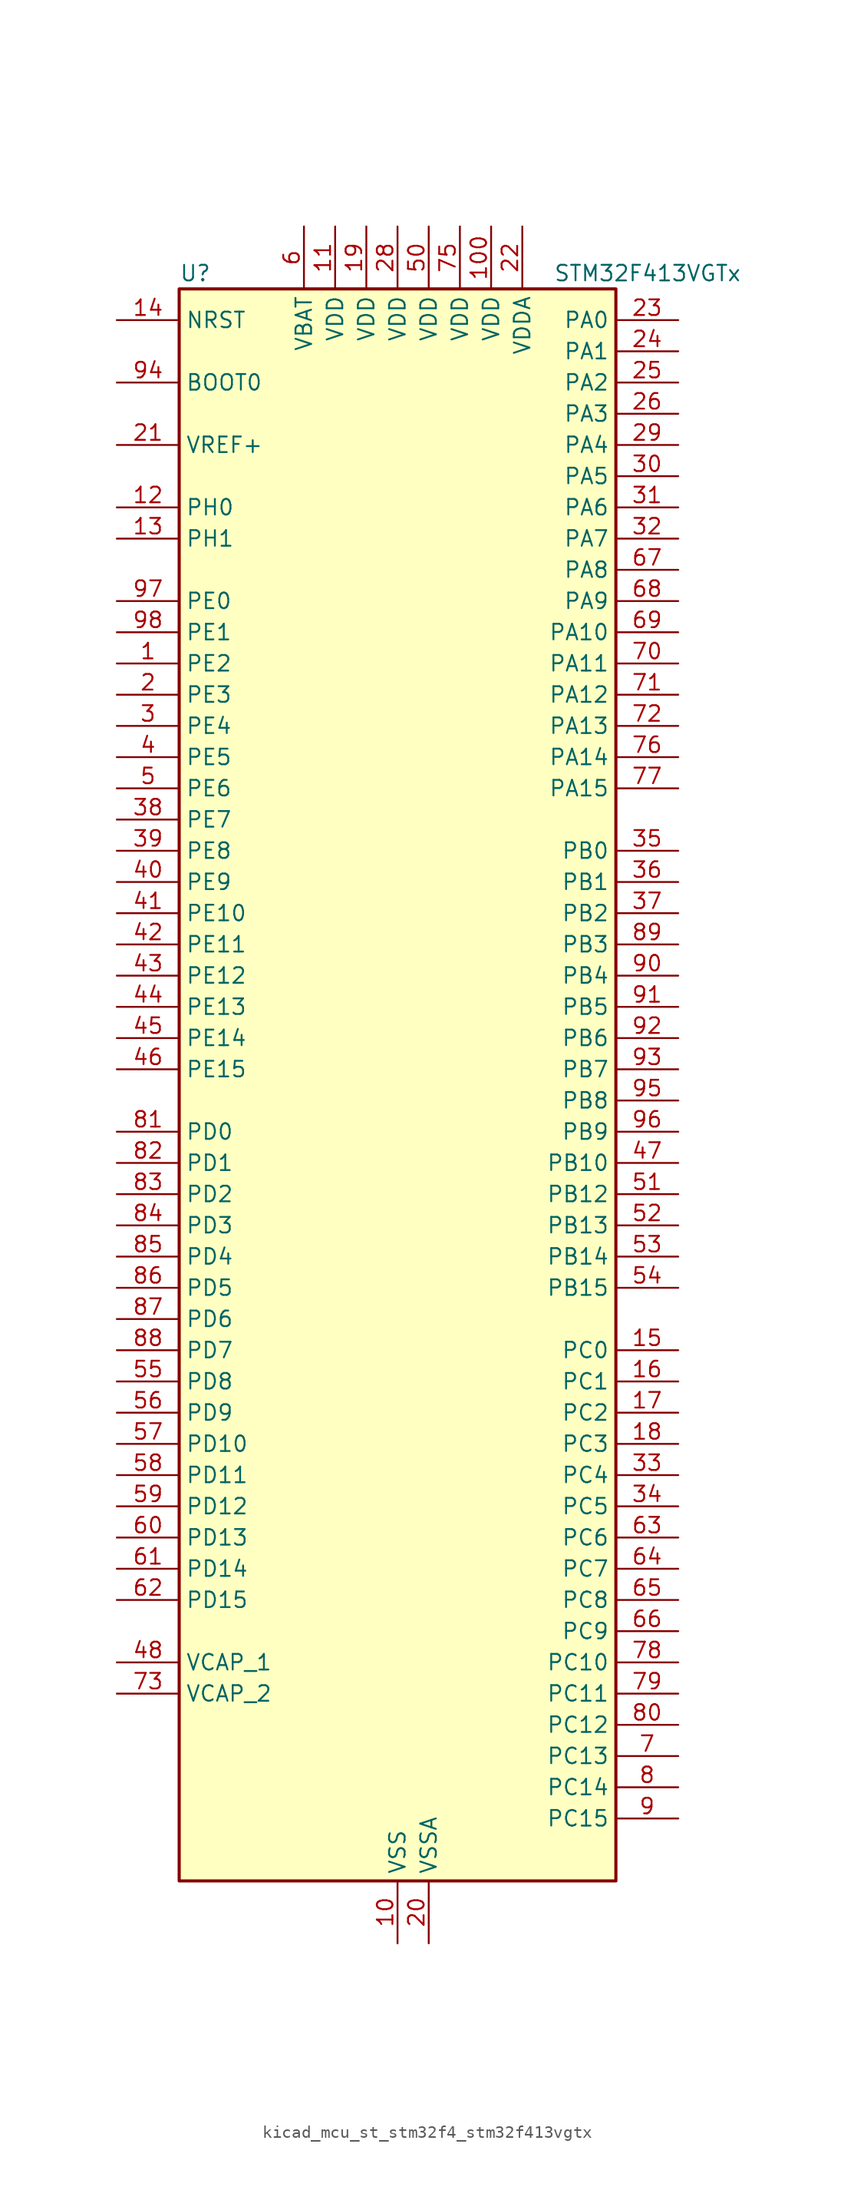
<source format=kicad_sym>
(kicad_symbol_lib
  (version 20220914)
  (generator kicad_symbol_editor)
  (symbol "kicad_mcu_st_stm32f4_stm32f413vgtx"
    (property "Reference" "U"
      (at -17.78 67.31 0)
      (effects (font (size 1.27 1.27)) (justify left)))
    (property "Value" "STM32F413VGTx"
      (at 12.7 67.31 0)
      (effects (font (size 1.27 1.27)) (justify left)))
    (property "ki_locked" ""
      (at 0 0 0)
      (effects (font (size 1.27 1.27))))
    (symbol "kicad_mcu_st_stm32f4_stm32f413vgtx_0_1"
      (rectangle (start -17.78 -63.5) (end 17.78 66.04) (stroke (width 0.254) (type default)) (fill (type background))))
    (symbol "kicad_mcu_st_stm32f4_stm32f413vgtx_1_1"
      (pin bidirectional line (at -22.86 35.56 0) (length 5.08) (name "PE2" (effects (font (size 1.27 1.27)))) (number "1" (effects (font (size 1.27 1.27)))) (alternate "FSMC_A23" bidirectional line) (alternate "I2S4_CK" bidirectional line) (alternate "I2S5_CK" bidirectional line) (alternate "QUADSPI_BK1_IO2" bidirectional line) (alternate "SAI1_MCLK_A" bidirectional line) (alternate "SPI4_SCK" bidirectional line) (alternate "SPI5_SCK" bidirectional line) (alternate "SYS_TRACECLK" bidirectional line) (alternate "UART10_RX" bidirectional line))
      (pin power_in line (at 0 -68.58 90) (length 5.08) (name "VSS" (effects (font (size 1.27 1.27)))) (number "10" (effects (font (size 1.27 1.27)))))
      (pin power_in line (at 7.62 71.12 270) (length 5.08) (name "VDD" (effects (font (size 1.27 1.27)))) (number "100" (effects (font (size 1.27 1.27)))))
      (pin power_in line (at -5.08 71.12 270) (length 5.08) (name "VDD" (effects (font (size 1.27 1.27)))) (number "11" (effects (font (size 1.27 1.27)))))
      (pin bidirectional line (at -22.86 48.26 0) (length 5.08) (name "PH0" (effects (font (size 1.27 1.27)))) (number "12" (effects (font (size 1.27 1.27)))) (alternate "RCC_OSC_IN" bidirectional line))
      (pin bidirectional line (at -22.86 45.72 0) (length 5.08) (name "PH1" (effects (font (size 1.27 1.27)))) (number "13" (effects (font (size 1.27 1.27)))) (alternate "RCC_OSC_OUT" bidirectional line))
      (pin input line (at -22.86 63.5 0) (length 5.08) (name "NRST" (effects (font (size 1.27 1.27)))) (number "14" (effects (font (size 1.27 1.27)))))
      (pin bidirectional line (at 22.86 -20.32 180) (length 5.08) (name "PC0" (effects (font (size 1.27 1.27)))) (number "15" (effects (font (size 1.27 1.27)))) (alternate "ADC1_IN10" bidirectional line) (alternate "DFSDM2_CKIN4" bidirectional line) (alternate "LPTIM1_IN1" bidirectional line) (alternate "SAI1_MCLK_B" bidirectional line) (alternate "SYS_WKUP2" bidirectional line))
      (pin bidirectional line (at 22.86 -22.86 180) (length 5.08) (name "PC1" (effects (font (size 1.27 1.27)))) (number "16" (effects (font (size 1.27 1.27)))) (alternate "ADC1_IN11" bidirectional line) (alternate "DFSDM2_DATIN4" bidirectional line) (alternate "LPTIM1_OUT" bidirectional line) (alternate "SAI1_SD_B" bidirectional line) (alternate "SYS_WKUP3" bidirectional line))
      (pin bidirectional line (at 22.86 -25.4 180) (length 5.08) (name "PC2" (effects (font (size 1.27 1.27)))) (number "17" (effects (font (size 1.27 1.27)))) (alternate "ADC1_IN12" bidirectional line) (alternate "DFSDM1_CKOUT" bidirectional line) (alternate "DFSDM2_DATIN7" bidirectional line) (alternate "FSMC_NWE" bidirectional line) (alternate "I2S2_ext_SD" bidirectional line) (alternate "LPTIM1_IN2" bidirectional line) (alternate "SAI1_SCK_B" bidirectional line) (alternate "SPI2_MISO" bidirectional line))
      (pin bidirectional line (at 22.86 -27.94 180) (length 5.08) (name "PC3" (effects (font (size 1.27 1.27)))) (number "18" (effects (font (size 1.27 1.27)))) (alternate "ADC1_IN13" bidirectional line) (alternate "DFSDM2_CKIN7" bidirectional line) (alternate "FSMC_A0" bidirectional line) (alternate "I2S2_SD" bidirectional line) (alternate "LPTIM1_ETR" bidirectional line) (alternate "SAI1_FS_B" bidirectional line) (alternate "SPI2_MOSI" bidirectional line))
      (pin power_in line (at -2.54 71.12 270) (length 5.08) (name "VDD" (effects (font (size 1.27 1.27)))) (number "19" (effects (font (size 1.27 1.27)))))
      (pin bidirectional line (at -22.86 33.02 0) (length 5.08) (name "PE3" (effects (font (size 1.27 1.27)))) (number "2" (effects (font (size 1.27 1.27)))) (alternate "FSMC_A19" bidirectional line) (alternate "SAI1_SD_B" bidirectional line) (alternate "SYS_TRACED0" bidirectional line) (alternate "UART10_TX" bidirectional line))
      (pin power_in line (at 2.54 -68.58 90) (length 5.08) (name "VSSA" (effects (font (size 1.27 1.27)))) (number "20" (effects (font (size 1.27 1.27)))))
      (pin input line (at -22.86 53.34 0) (length 5.08) (name "VREF+" (effects (font (size 1.27 1.27)))) (number "21" (effects (font (size 1.27 1.27)))))
      (pin power_in line (at 10.16 71.12 270) (length 5.08) (name "VDDA" (effects (font (size 1.27 1.27)))) (number "22" (effects (font (size 1.27 1.27)))))
      (pin bidirectional line (at 22.86 63.5 180) (length 5.08) (name "PA0" (effects (font (size 1.27 1.27)))) (number "23" (effects (font (size 1.27 1.27)))) (alternate "ADC1_IN0" bidirectional line) (alternate "SYS_WKUP1" bidirectional line) (alternate "TIM2_CH1" bidirectional line) (alternate "TIM2_ETR" bidirectional line) (alternate "TIM5_CH1" bidirectional line) (alternate "TIM8_ETR" bidirectional line) (alternate "UART4_TX" bidirectional line) (alternate "USART2_CTS" bidirectional line))
      (pin bidirectional line (at 22.86 60.96 180) (length 5.08) (name "PA1" (effects (font (size 1.27 1.27)))) (number "24" (effects (font (size 1.27 1.27)))) (alternate "ADC1_IN1" bidirectional line) (alternate "I2S4_SD" bidirectional line) (alternate "QUADSPI_BK1_IO3" bidirectional line) (alternate "SPI4_MOSI" bidirectional line) (alternate "TIM2_CH2" bidirectional line) (alternate "TIM5_CH2" bidirectional line) (alternate "UART4_RX" bidirectional line) (alternate "USART2_RTS" bidirectional line))
      (pin bidirectional line (at 22.86 58.42 180) (length 5.08) (name "PA2" (effects (font (size 1.27 1.27)))) (number "25" (effects (font (size 1.27 1.27)))) (alternate "ADC1_IN2" bidirectional line) (alternate "FSMC_D4" bidirectional line) (alternate "FSMC_DA4" bidirectional line) (alternate "I2S_CKIN" bidirectional line) (alternate "TIM2_CH3" bidirectional line) (alternate "TIM5_CH3" bidirectional line) (alternate "TIM9_CH1" bidirectional line) (alternate "USART2_TX" bidirectional line))
      (pin bidirectional line (at 22.86 55.88 180) (length 5.08) (name "PA3" (effects (font (size 1.27 1.27)))) (number "26" (effects (font (size 1.27 1.27)))) (alternate "ADC1_IN3" bidirectional line) (alternate "FSMC_D5" bidirectional line) (alternate "FSMC_DA5" bidirectional line) (alternate "I2S2_MCK" bidirectional line) (alternate "SAI1_SD_B" bidirectional line) (alternate "TIM2_CH4" bidirectional line) (alternate "TIM5_CH4" bidirectional line) (alternate "TIM9_CH2" bidirectional line) (alternate "USART2_RX" bidirectional line))
      (pin passive line (at 0 -68.58 90) (length 5.08) hide (name "VSS" (effects (font (size 1.27 1.27)))) (number "27" (effects (font (size 1.27 1.27)))))
      (pin power_in line (at 0 71.12 270) (length 5.08) (name "VDD" (effects (font (size 1.27 1.27)))) (number "28" (effects (font (size 1.27 1.27)))))
      (pin bidirectional line (at 22.86 53.34 180) (length 5.08) (name "PA4" (effects (font (size 1.27 1.27)))) (number "29" (effects (font (size 1.27 1.27)))) (alternate "ADC1_IN4" bidirectional line) (alternate "DAC_OUT1" bidirectional line) (alternate "DFSDM1_DATIN1" bidirectional line) (alternate "FSMC_D6" bidirectional line) (alternate "FSMC_DA6" bidirectional line) (alternate "I2S1_WS" bidirectional line) (alternate "I2S3_WS" bidirectional line) (alternate "SPI1_NSS" bidirectional line) (alternate "SPI3_NSS" bidirectional line) (alternate "USART2_CK" bidirectional line))
      (pin bidirectional line (at -22.86 30.48 0) (length 5.08) (name "PE4" (effects (font (size 1.27 1.27)))) (number "3" (effects (font (size 1.27 1.27)))) (alternate "DFSDM1_DATIN3" bidirectional line) (alternate "FSMC_A20" bidirectional line) (alternate "I2S4_WS" bidirectional line) (alternate "I2S5_WS" bidirectional line) (alternate "SAI1_SD_A" bidirectional line) (alternate "SPI4_NSS" bidirectional line) (alternate "SPI5_NSS" bidirectional line) (alternate "SYS_TRACED1" bidirectional line))
      (pin bidirectional line (at 22.86 50.8 180) (length 5.08) (name "PA5" (effects (font (size 1.27 1.27)))) (number "30" (effects (font (size 1.27 1.27)))) (alternate "ADC1_IN5" bidirectional line) (alternate "DAC_OUT2" bidirectional line) (alternate "DFSDM1_CKIN1" bidirectional line) (alternate "FSMC_D7" bidirectional line) (alternate "FSMC_DA7" bidirectional line) (alternate "I2S1_CK" bidirectional line) (alternate "SPI1_SCK" bidirectional line) (alternate "TIM2_CH1" bidirectional line) (alternate "TIM2_ETR" bidirectional line) (alternate "TIM8_CH1N" bidirectional line))
      (pin bidirectional line (at 22.86 48.26 180) (length 5.08) (name "PA6" (effects (font (size 1.27 1.27)))) (number "31" (effects (font (size 1.27 1.27)))) (alternate "ADC1_IN6" bidirectional line) (alternate "DFSDM2_CKIN1" bidirectional line) (alternate "I2S2_MCK" bidirectional line) (alternate "QUADSPI_BK2_IO0" bidirectional line) (alternate "SDIO_CMD" bidirectional line) (alternate "SPI1_MISO" bidirectional line) (alternate "TIM13_CH1" bidirectional line) (alternate "TIM1_BKIN" bidirectional line) (alternate "TIM3_CH1" bidirectional line) (alternate "TIM8_BKIN" bidirectional line))
      (pin bidirectional line (at 22.86 45.72 180) (length 5.08) (name "PA7" (effects (font (size 1.27 1.27)))) (number "32" (effects (font (size 1.27 1.27)))) (alternate "ADC1_IN7" bidirectional line) (alternate "DFSDM2_DATIN1" bidirectional line) (alternate "I2S1_SD" bidirectional line) (alternate "QUADSPI_BK2_IO1" bidirectional line) (alternate "SPI1_MOSI" bidirectional line) (alternate "TIM14_CH1" bidirectional line) (alternate "TIM1_CH1N" bidirectional line) (alternate "TIM3_CH2" bidirectional line) (alternate "TIM8_CH1N" bidirectional line))
      (pin bidirectional line (at 22.86 -30.48 180) (length 5.08) (name "PC4" (effects (font (size 1.27 1.27)))) (number "33" (effects (font (size 1.27 1.27)))) (alternate "ADC1_IN14" bidirectional line) (alternate "DFSDM2_CKIN2" bidirectional line) (alternate "FSMC_NE4" bidirectional line) (alternate "I2S1_MCK" bidirectional line) (alternate "QUADSPI_BK2_IO2" bidirectional line))
      (pin bidirectional line (at 22.86 -33.02 180) (length 5.08) (name "PC5" (effects (font (size 1.27 1.27)))) (number "34" (effects (font (size 1.27 1.27)))) (alternate "ADC1_IN15" bidirectional line) (alternate "DFSDM2_DATIN2" bidirectional line) (alternate "FMPI2C1_SMBA" bidirectional line) (alternate "FSMC_NOE" bidirectional line) (alternate "QUADSPI_BK2_IO3" bidirectional line) (alternate "USART3_RX" bidirectional line))
      (pin bidirectional line (at 22.86 20.32 180) (length 5.08) (name "PB0" (effects (font (size 1.27 1.27)))) (number "35" (effects (font (size 1.27 1.27)))) (alternate "ADC1_IN8" bidirectional line) (alternate "I2S5_CK" bidirectional line) (alternate "SPI5_SCK" bidirectional line) (alternate "TIM1_CH2N" bidirectional line) (alternate "TIM3_CH3" bidirectional line) (alternate "TIM8_CH2N" bidirectional line))
      (pin bidirectional line (at 22.86 17.78 180) (length 5.08) (name "PB1" (effects (font (size 1.27 1.27)))) (number "36" (effects (font (size 1.27 1.27)))) (alternate "ADC1_IN9" bidirectional line) (alternate "DFSDM1_DATIN0" bidirectional line) (alternate "I2S5_WS" bidirectional line) (alternate "QUADSPI_CLK" bidirectional line) (alternate "SPI5_NSS" bidirectional line) (alternate "TIM1_CH3N" bidirectional line) (alternate "TIM3_CH4" bidirectional line) (alternate "TIM8_CH3N" bidirectional line))
      (pin bidirectional line (at 22.86 15.24 180) (length 5.08) (name "PB2" (effects (font (size 1.27 1.27)))) (number "37" (effects (font (size 1.27 1.27)))) (alternate "DFSDM1_CKIN0" bidirectional line) (alternate "LPTIM1_OUT" bidirectional line) (alternate "QUADSPI_CLK" bidirectional line))
      (pin bidirectional line (at -22.86 22.86 0) (length 5.08) (name "PE7" (effects (font (size 1.27 1.27)))) (number "38" (effects (font (size 1.27 1.27)))) (alternate "DFSDM1_DATIN2" bidirectional line) (alternate "FSMC_D4" bidirectional line) (alternate "FSMC_DA4" bidirectional line) (alternate "QUADSPI_BK2_IO0" bidirectional line) (alternate "TIM1_ETR" bidirectional line) (alternate "UART7_RX" bidirectional line))
      (pin bidirectional line (at -22.86 20.32 0) (length 5.08) (name "PE8" (effects (font (size 1.27 1.27)))) (number "39" (effects (font (size 1.27 1.27)))) (alternate "DFSDM1_CKIN2" bidirectional line) (alternate "FSMC_D5" bidirectional line) (alternate "FSMC_DA5" bidirectional line) (alternate "QUADSPI_BK2_IO1" bidirectional line) (alternate "TIM1_CH1N" bidirectional line) (alternate "UART7_TX" bidirectional line))
      (pin bidirectional line (at -22.86 27.94 0) (length 5.08) (name "PE5" (effects (font (size 1.27 1.27)))) (number "4" (effects (font (size 1.27 1.27)))) (alternate "DFSDM1_CKIN3" bidirectional line) (alternate "FSMC_A21" bidirectional line) (alternate "SAI1_SCK_A" bidirectional line) (alternate "SPI4_MISO" bidirectional line) (alternate "SPI5_MISO" bidirectional line) (alternate "SYS_TRACED2" bidirectional line) (alternate "TIM9_CH1" bidirectional line))
      (pin bidirectional line (at -22.86 17.78 0) (length 5.08) (name "PE9" (effects (font (size 1.27 1.27)))) (number "40" (effects (font (size 1.27 1.27)))) (alternate "DAC_EXTI9" bidirectional line) (alternate "DFSDM1_CKOUT" bidirectional line) (alternate "FSMC_D6" bidirectional line) (alternate "FSMC_DA6" bidirectional line) (alternate "QUADSPI_BK2_IO2" bidirectional line) (alternate "TIM1_CH1" bidirectional line))
      (pin bidirectional line (at -22.86 15.24 0) (length 5.08) (name "PE10" (effects (font (size 1.27 1.27)))) (number "41" (effects (font (size 1.27 1.27)))) (alternate "DFSDM2_DATIN0" bidirectional line) (alternate "FSMC_D7" bidirectional line) (alternate "FSMC_DA7" bidirectional line) (alternate "QUADSPI_BK2_IO3" bidirectional line) (alternate "TIM1_CH2N" bidirectional line))
      (pin bidirectional line (at -22.86 12.7 0) (length 5.08) (name "PE11" (effects (font (size 1.27 1.27)))) (number "42" (effects (font (size 1.27 1.27)))) (alternate "ADC1_EXTI11" bidirectional line) (alternate "DFSDM2_CKIN0" bidirectional line) (alternate "FSMC_D8" bidirectional line) (alternate "FSMC_DA8" bidirectional line) (alternate "I2S4_WS" bidirectional line) (alternate "I2S5_WS" bidirectional line) (alternate "SPI4_NSS" bidirectional line) (alternate "SPI5_NSS" bidirectional line) (alternate "TIM1_CH2" bidirectional line))
      (pin bidirectional line (at -22.86 10.16 0) (length 5.08) (name "PE12" (effects (font (size 1.27 1.27)))) (number "43" (effects (font (size 1.27 1.27)))) (alternate "DFSDM2_DATIN7" bidirectional line) (alternate "FSMC_D9" bidirectional line) (alternate "FSMC_DA9" bidirectional line) (alternate "I2S4_CK" bidirectional line) (alternate "I2S5_CK" bidirectional line) (alternate "SPI4_SCK" bidirectional line) (alternate "SPI5_SCK" bidirectional line) (alternate "TIM1_CH3N" bidirectional line))
      (pin bidirectional line (at -22.86 7.62 0) (length 5.08) (name "PE13" (effects (font (size 1.27 1.27)))) (number "44" (effects (font (size 1.27 1.27)))) (alternate "DFSDM2_CKIN7" bidirectional line) (alternate "FSMC_D10" bidirectional line) (alternate "FSMC_DA10" bidirectional line) (alternate "SPI4_MISO" bidirectional line) (alternate "SPI5_MISO" bidirectional line) (alternate "TIM1_CH3" bidirectional line))
      (pin bidirectional line (at -22.86 5.08 0) (length 5.08) (name "PE14" (effects (font (size 1.27 1.27)))) (number "45" (effects (font (size 1.27 1.27)))) (alternate "DFSDM2_DATIN1" bidirectional line) (alternate "FSMC_D11" bidirectional line) (alternate "FSMC_DA11" bidirectional line) (alternate "I2S4_SD" bidirectional line) (alternate "I2S5_SD" bidirectional line) (alternate "SPI4_MOSI" bidirectional line) (alternate "SPI5_MOSI" bidirectional line) (alternate "TIM1_CH4" bidirectional line))
      (pin bidirectional line (at -22.86 2.54 0) (length 5.08) (name "PE15" (effects (font (size 1.27 1.27)))) (number "46" (effects (font (size 1.27 1.27)))) (alternate "ADC1_EXTI15" bidirectional line) (alternate "DFSDM2_CKIN1" bidirectional line) (alternate "FSMC_D12" bidirectional line) (alternate "FSMC_DA12" bidirectional line) (alternate "TIM1_BKIN" bidirectional line))
      (pin bidirectional line (at 22.86 -5.08 180) (length 5.08) (name "PB10" (effects (font (size 1.27 1.27)))) (number "47" (effects (font (size 1.27 1.27)))) (alternate "DFSDM2_CKOUT" bidirectional line) (alternate "FMPI2C1_SCL" bidirectional line) (alternate "I2C2_SCL" bidirectional line) (alternate "I2S2_CK" bidirectional line) (alternate "I2S3_MCK" bidirectional line) (alternate "SDIO_D7" bidirectional line) (alternate "SPI2_SCK" bidirectional line) (alternate "TIM2_CH3" bidirectional line) (alternate "USART3_TX" bidirectional line))
      (pin power_out line (at -22.86 -45.72 0) (length 5.08) (name "VCAP_1" (effects (font (size 1.27 1.27)))) (number "48" (effects (font (size 1.27 1.27)))))
      (pin passive line (at 0 -68.58 90) (length 5.08) hide (name "VSS" (effects (font (size 1.27 1.27)))) (number "49" (effects (font (size 1.27 1.27)))))
      (pin bidirectional line (at -22.86 25.4 0) (length 5.08) (name "PE6" (effects (font (size 1.27 1.27)))) (number "5" (effects (font (size 1.27 1.27)))) (alternate "FSMC_A22" bidirectional line) (alternate "I2S4_SD" bidirectional line) (alternate "I2S5_SD" bidirectional line) (alternate "SAI1_FS_A" bidirectional line) (alternate "SPI4_MOSI" bidirectional line) (alternate "SPI5_MOSI" bidirectional line) (alternate "SYS_TRACED3" bidirectional line) (alternate "TIM9_CH2" bidirectional line))
      (pin power_in line (at 2.54 71.12 270) (length 5.08) (name "VDD" (effects (font (size 1.27 1.27)))) (number "50" (effects (font (size 1.27 1.27)))))
      (pin bidirectional line (at 22.86 -7.62 180) (length 5.08) (name "PB12" (effects (font (size 1.27 1.27)))) (number "51" (effects (font (size 1.27 1.27)))) (alternate "CAN2_RX" bidirectional line) (alternate "DFSDM1_DATIN1" bidirectional line) (alternate "FSMC_D13" bidirectional line) (alternate "FSMC_DA13" bidirectional line) (alternate "I2C2_SMBA" bidirectional line) (alternate "I2S2_WS" bidirectional line) (alternate "I2S3_CK" bidirectional line) (alternate "I2S4_WS" bidirectional line) (alternate "SPI2_NSS" bidirectional line) (alternate "SPI3_SCK" bidirectional line) (alternate "SPI4_NSS" bidirectional line) (alternate "TIM1_BKIN" bidirectional line) (alternate "UART5_RX" bidirectional line) (alternate "USART3_CK" bidirectional line))
      (pin bidirectional line (at 22.86 -10.16 180) (length 5.08) (name "PB13" (effects (font (size 1.27 1.27)))) (number "52" (effects (font (size 1.27 1.27)))) (alternate "CAN2_TX" bidirectional line) (alternate "DFSDM1_CKIN1" bidirectional line) (alternate "FMPI2C1_SMBA" bidirectional line) (alternate "I2S2_CK" bidirectional line) (alternate "I2S4_CK" bidirectional line) (alternate "SPI2_SCK" bidirectional line) (alternate "SPI4_SCK" bidirectional line) (alternate "TIM1_CH1N" bidirectional line) (alternate "UART5_TX" bidirectional line) (alternate "USART3_CTS" bidirectional line))
      (pin bidirectional line (at 22.86 -12.7 180) (length 5.08) (name "PB14" (effects (font (size 1.27 1.27)))) (number "53" (effects (font (size 1.27 1.27)))) (alternate "DFSDM1_DATIN2" bidirectional line) (alternate "FMPI2C1_SDA" bidirectional line) (alternate "FSMC_D0" bidirectional line) (alternate "FSMC_DA0" bidirectional line) (alternate "I2S2_ext_SD" bidirectional line) (alternate "SDIO_D6" bidirectional line) (alternate "SPI2_MISO" bidirectional line) (alternate "TIM12_CH1" bidirectional line) (alternate "TIM1_CH2N" bidirectional line) (alternate "TIM8_CH2N" bidirectional line) (alternate "USART3_RTS" bidirectional line))
      (pin bidirectional line (at 22.86 -15.24 180) (length 5.08) (name "PB15" (effects (font (size 1.27 1.27)))) (number "54" (effects (font (size 1.27 1.27)))) (alternate "ADC1_EXTI15" bidirectional line) (alternate "DFSDM1_CKIN2" bidirectional line) (alternate "FMPI2C1_SCL" bidirectional line) (alternate "I2S2_SD" bidirectional line) (alternate "RTC_REFIN" bidirectional line) (alternate "SDIO_CK" bidirectional line) (alternate "SPI2_MOSI" bidirectional line) (alternate "TIM12_CH2" bidirectional line) (alternate "TIM1_CH3N" bidirectional line) (alternate "TIM8_CH3N" bidirectional line))
      (pin bidirectional line (at -22.86 -22.86 0) (length 5.08) (name "PD8" (effects (font (size 1.27 1.27)))) (number "55" (effects (font (size 1.27 1.27)))) (alternate "FSMC_D13" bidirectional line) (alternate "FSMC_DA13" bidirectional line) (alternate "USART3_TX" bidirectional line))
      (pin bidirectional line (at -22.86 -25.4 0) (length 5.08) (name "PD9" (effects (font (size 1.27 1.27)))) (number "56" (effects (font (size 1.27 1.27)))) (alternate "DAC_EXTI9" bidirectional line) (alternate "FSMC_D14" bidirectional line) (alternate "FSMC_DA14" bidirectional line) (alternate "USART3_RX" bidirectional line))
      (pin bidirectional line (at -22.86 -27.94 0) (length 5.08) (name "PD10" (effects (font (size 1.27 1.27)))) (number "57" (effects (font (size 1.27 1.27)))) (alternate "FSMC_D15" bidirectional line) (alternate "FSMC_DA15" bidirectional line) (alternate "UART4_TX" bidirectional line) (alternate "USART3_CK" bidirectional line))
      (pin bidirectional line (at -22.86 -30.48 0) (length 5.08) (name "PD11" (effects (font (size 1.27 1.27)))) (number "58" (effects (font (size 1.27 1.27)))) (alternate "ADC1_EXTI11" bidirectional line) (alternate "DFSDM2_DATIN2" bidirectional line) (alternate "FMPI2C1_SMBA" bidirectional line) (alternate "FSMC_A16" bidirectional line) (alternate "QUADSPI_BK1_IO0" bidirectional line) (alternate "USART3_CTS" bidirectional line))
      (pin bidirectional line (at -22.86 -33.02 0) (length 5.08) (name "PD12" (effects (font (size 1.27 1.27)))) (number "59" (effects (font (size 1.27 1.27)))) (alternate "DFSDM2_CKIN2" bidirectional line) (alternate "FMPI2C1_SCL" bidirectional line) (alternate "FSMC_A17" bidirectional line) (alternate "QUADSPI_BK1_IO1" bidirectional line) (alternate "TIM4_CH1" bidirectional line) (alternate "USART3_RTS" bidirectional line))
      (pin power_in line (at -7.62 71.12 270) (length 5.08) (name "VBAT" (effects (font (size 1.27 1.27)))) (number "6" (effects (font (size 1.27 1.27)))))
      (pin bidirectional line (at -22.86 -35.56 0) (length 5.08) (name "PD13" (effects (font (size 1.27 1.27)))) (number "60" (effects (font (size 1.27 1.27)))) (alternate "FMPI2C1_SDA" bidirectional line) (alternate "FSMC_A18" bidirectional line) (alternate "QUADSPI_BK1_IO3" bidirectional line) (alternate "TIM4_CH2" bidirectional line))
      (pin bidirectional line (at -22.86 -38.1 0) (length 5.08) (name "PD14" (effects (font (size 1.27 1.27)))) (number "61" (effects (font (size 1.27 1.27)))) (alternate "DFSDM2_CKIN0" bidirectional line) (alternate "FMPI2C1_SCL" bidirectional line) (alternate "FSMC_D0" bidirectional line) (alternate "FSMC_DA0" bidirectional line) (alternate "TIM4_CH3" bidirectional line) (alternate "UART9_RX" bidirectional line))
      (pin bidirectional line (at -22.86 -40.64 0) (length 5.08) (name "PD15" (effects (font (size 1.27 1.27)))) (number "62" (effects (font (size 1.27 1.27)))) (alternate "ADC1_EXTI15" bidirectional line) (alternate "DFSDM2_DATIN0" bidirectional line) (alternate "FMPI2C1_SDA" bidirectional line) (alternate "FSMC_D1" bidirectional line) (alternate "FSMC_DA1" bidirectional line) (alternate "TIM4_CH4" bidirectional line) (alternate "UART9_TX" bidirectional line))
      (pin bidirectional line (at 22.86 -35.56 180) (length 5.08) (name "PC6" (effects (font (size 1.27 1.27)))) (number "63" (effects (font (size 1.27 1.27)))) (alternate "DFSDM1_CKIN3" bidirectional line) (alternate "DFSDM2_DATIN6" bidirectional line) (alternate "FMPI2C1_SCL" bidirectional line) (alternate "FSMC_D1" bidirectional line) (alternate "FSMC_DA1" bidirectional line) (alternate "I2S2_MCK" bidirectional line) (alternate "SDIO_D6" bidirectional line) (alternate "TIM3_CH1" bidirectional line) (alternate "TIM8_CH1" bidirectional line) (alternate "USART6_TX" bidirectional line))
      (pin bidirectional line (at 22.86 -38.1 180) (length 5.08) (name "PC7" (effects (font (size 1.27 1.27)))) (number "64" (effects (font (size 1.27 1.27)))) (alternate "DFSDM1_DATIN3" bidirectional line) (alternate "DFSDM2_CKIN6" bidirectional line) (alternate "FMPI2C1_SDA" bidirectional line) (alternate "I2S2_CK" bidirectional line) (alternate "I2S3_MCK" bidirectional line) (alternate "SDIO_D7" bidirectional line) (alternate "SPI2_SCK" bidirectional line) (alternate "TIM3_CH2" bidirectional line) (alternate "TIM8_CH2" bidirectional line) (alternate "USART6_RX" bidirectional line))
      (pin bidirectional line (at 22.86 -40.64 180) (length 5.08) (name "PC8" (effects (font (size 1.27 1.27)))) (number "65" (effects (font (size 1.27 1.27)))) (alternate "DFSDM2_CKIN3" bidirectional line) (alternate "QUADSPI_BK1_IO2" bidirectional line) (alternate "SDIO_D0" bidirectional line) (alternate "TIM3_CH3" bidirectional line) (alternate "TIM8_CH3" bidirectional line) (alternate "USART6_CK" bidirectional line))
      (pin bidirectional line (at 22.86 -43.18 180) (length 5.08) (name "PC9" (effects (font (size 1.27 1.27)))) (number "66" (effects (font (size 1.27 1.27)))) (alternate "DAC_EXTI9" bidirectional line) (alternate "DFSDM2_DATIN3" bidirectional line) (alternate "I2C3_SDA" bidirectional line) (alternate "I2S_CKIN" bidirectional line) (alternate "QUADSPI_BK1_IO0" bidirectional line) (alternate "RCC_MCO_2" bidirectional line) (alternate "SDIO_D1" bidirectional line) (alternate "TIM3_CH4" bidirectional line) (alternate "TIM8_CH4" bidirectional line))
      (pin bidirectional line (at 22.86 43.18 180) (length 5.08) (name "PA8" (effects (font (size 1.27 1.27)))) (number "67" (effects (font (size 1.27 1.27)))) (alternate "CAN3_RX" bidirectional line) (alternate "DFSDM1_CKOUT" bidirectional line) (alternate "I2C3_SCL" bidirectional line) (alternate "RCC_MCO_1" bidirectional line) (alternate "SDIO_D1" bidirectional line) (alternate "TIM1_CH1" bidirectional line) (alternate "UART7_RX" bidirectional line) (alternate "USART1_CK" bidirectional line) (alternate "USB_OTG_FS_SOF" bidirectional line))
      (pin bidirectional line (at 22.86 40.64 180) (length 5.08) (name "PA9" (effects (font (size 1.27 1.27)))) (number "68" (effects (font (size 1.27 1.27)))) (alternate "DAC_EXTI9" bidirectional line) (alternate "DFSDM2_CKIN3" bidirectional line) (alternate "I2C3_SMBA" bidirectional line) (alternate "I2S2_CK" bidirectional line) (alternate "SDIO_D2" bidirectional line) (alternate "SPI2_SCK" bidirectional line) (alternate "TIM1_CH2" bidirectional line) (alternate "USART1_TX" bidirectional line) (alternate "USB_OTG_FS_VBUS" bidirectional line))
      (pin bidirectional line (at 22.86 38.1 180) (length 5.08) (name "PA10" (effects (font (size 1.27 1.27)))) (number "69" (effects (font (size 1.27 1.27)))) (alternate "DFSDM2_DATIN3" bidirectional line) (alternate "I2S2_SD" bidirectional line) (alternate "I2S5_SD" bidirectional line) (alternate "SPI2_MOSI" bidirectional line) (alternate "SPI5_MOSI" bidirectional line) (alternate "TIM1_CH3" bidirectional line) (alternate "USART1_RX" bidirectional line) (alternate "USB_OTG_FS_ID" bidirectional line))
      (pin bidirectional line (at 22.86 -53.34 180) (length 5.08) (name "PC13" (effects (font (size 1.27 1.27)))) (number "7" (effects (font (size 1.27 1.27)))) (alternate "RTC_AF1" bidirectional line))
      (pin bidirectional line (at 22.86 35.56 180) (length 5.08) (name "PA11" (effects (font (size 1.27 1.27)))) (number "70" (effects (font (size 1.27 1.27)))) (alternate "ADC1_EXTI11" bidirectional line) (alternate "CAN1_RX" bidirectional line) (alternate "DFSDM2_CKIN5" bidirectional line) (alternate "I2S2_WS" bidirectional line) (alternate "SPI2_NSS" bidirectional line) (alternate "SPI4_MISO" bidirectional line) (alternate "TIM1_CH4" bidirectional line) (alternate "UART4_RX" bidirectional line) (alternate "USART1_CTS" bidirectional line) (alternate "USART6_TX" bidirectional line) (alternate "USB_OTG_FS_DM" bidirectional line))
      (pin bidirectional line (at 22.86 33.02 180) (length 5.08) (name "PA12" (effects (font (size 1.27 1.27)))) (number "71" (effects (font (size 1.27 1.27)))) (alternate "CAN1_TX" bidirectional line) (alternate "DFSDM2_DATIN5" bidirectional line) (alternate "SPI2_MISO" bidirectional line) (alternate "SPI5_MISO" bidirectional line) (alternate "TIM1_ETR" bidirectional line) (alternate "UART4_TX" bidirectional line) (alternate "USART1_RTS" bidirectional line) (alternate "USART6_RX" bidirectional line) (alternate "USB_OTG_FS_DP" bidirectional line))
      (pin bidirectional line (at 22.86 30.48 180) (length 5.08) (name "PA13" (effects (font (size 1.27 1.27)))) (number "72" (effects (font (size 1.27 1.27)))) (alternate "SYS_JTMS-SWDIO" bidirectional line))
      (pin power_out line (at -22.86 -48.26 0) (length 5.08) (name "VCAP_2" (effects (font (size 1.27 1.27)))) (number "73" (effects (font (size 1.27 1.27)))))
      (pin passive line (at 0 -68.58 90) (length 5.08) hide (name "VSS" (effects (font (size 1.27 1.27)))) (number "74" (effects (font (size 1.27 1.27)))))
      (pin power_in line (at 5.08 71.12 270) (length 5.08) (name "VDD" (effects (font (size 1.27 1.27)))) (number "75" (effects (font (size 1.27 1.27)))))
      (pin bidirectional line (at 22.86 27.94 180) (length 5.08) (name "PA14" (effects (font (size 1.27 1.27)))) (number "76" (effects (font (size 1.27 1.27)))) (alternate "SYS_JTCK-SWCLK" bidirectional line))
      (pin bidirectional line (at 22.86 25.4 180) (length 5.08) (name "PA15" (effects (font (size 1.27 1.27)))) (number "77" (effects (font (size 1.27 1.27)))) (alternate "ADC1_EXTI15" bidirectional line) (alternate "CAN3_TX" bidirectional line) (alternate "I2S1_WS" bidirectional line) (alternate "I2S3_WS" bidirectional line) (alternate "SAI1_MCLK_A" bidirectional line) (alternate "SPI1_NSS" bidirectional line) (alternate "SPI3_NSS" bidirectional line) (alternate "SYS_JTDI" bidirectional line) (alternate "TIM2_CH1" bidirectional line) (alternate "TIM2_ETR" bidirectional line) (alternate "UART7_TX" bidirectional line) (alternate "USART1_TX" bidirectional line))
      (pin bidirectional line (at 22.86 -45.72 180) (length 5.08) (name "PC10" (effects (font (size 1.27 1.27)))) (number "78" (effects (font (size 1.27 1.27)))) (alternate "DFSDM2_CKIN5" bidirectional line) (alternate "I2S3_CK" bidirectional line) (alternate "QUADSPI_BK1_IO1" bidirectional line) (alternate "SDIO_D2" bidirectional line) (alternate "SPI3_SCK" bidirectional line) (alternate "USART3_TX" bidirectional line))
      (pin bidirectional line (at 22.86 -48.26 180) (length 5.08) (name "PC11" (effects (font (size 1.27 1.27)))) (number "79" (effects (font (size 1.27 1.27)))) (alternate "ADC1_EXTI11" bidirectional line) (alternate "DFSDM2_DATIN5" bidirectional line) (alternate "FSMC_D2" bidirectional line) (alternate "FSMC_DA2" bidirectional line) (alternate "I2S3_ext_SD" bidirectional line) (alternate "QUADSPI_BK2_NCS" bidirectional line) (alternate "SDIO_D3" bidirectional line) (alternate "SPI3_MISO" bidirectional line) (alternate "UART4_RX" bidirectional line) (alternate "USART3_RX" bidirectional line))
      (pin bidirectional line (at 22.86 -55.88 180) (length 5.08) (name "PC14" (effects (font (size 1.27 1.27)))) (number "8" (effects (font (size 1.27 1.27)))) (alternate "RCC_OSC32_IN" bidirectional line))
      (pin bidirectional line (at 22.86 -50.8 180) (length 5.08) (name "PC12" (effects (font (size 1.27 1.27)))) (number "80" (effects (font (size 1.27 1.27)))) (alternate "FSMC_D3" bidirectional line) (alternate "FSMC_DA3" bidirectional line) (alternate "I2S3_SD" bidirectional line) (alternate "SDIO_CK" bidirectional line) (alternate "SPI3_MOSI" bidirectional line) (alternate "UART5_TX" bidirectional line) (alternate "USART3_CK" bidirectional line))
      (pin bidirectional line (at -22.86 -2.54 0) (length 5.08) (name "PD0" (effects (font (size 1.27 1.27)))) (number "81" (effects (font (size 1.27 1.27)))) (alternate "CAN1_RX" bidirectional line) (alternate "DFSDM2_CKIN6" bidirectional line) (alternate "FSMC_D2" bidirectional line) (alternate "FSMC_DA2" bidirectional line) (alternate "UART4_RX" bidirectional line))
      (pin bidirectional line (at -22.86 -5.08 0) (length 5.08) (name "PD1" (effects (font (size 1.27 1.27)))) (number "82" (effects (font (size 1.27 1.27)))) (alternate "CAN1_TX" bidirectional line) (alternate "DFSDM2_DATIN6" bidirectional line) (alternate "FSMC_D3" bidirectional line) (alternate "FSMC_DA3" bidirectional line) (alternate "UART4_TX" bidirectional line))
      (pin bidirectional line (at -22.86 -7.62 0) (length 5.08) (name "PD2" (effects (font (size 1.27 1.27)))) (number "83" (effects (font (size 1.27 1.27)))) (alternate "DFSDM2_CKOUT" bidirectional line) (alternate "FSMC_NWE" bidirectional line) (alternate "SDIO_CMD" bidirectional line) (alternate "TIM3_ETR" bidirectional line) (alternate "UART5_RX" bidirectional line))
      (pin bidirectional line (at -22.86 -10.16 0) (length 5.08) (name "PD3" (effects (font (size 1.27 1.27)))) (number "84" (effects (font (size 1.27 1.27)))) (alternate "DFSDM1_DATIN0" bidirectional line) (alternate "FSMC_CLK" bidirectional line) (alternate "I2S2_CK" bidirectional line) (alternate "QUADSPI_CLK" bidirectional line) (alternate "SPI2_SCK" bidirectional line) (alternate "SYS_TRACED1" bidirectional line) (alternate "USART2_CTS" bidirectional line))
      (pin bidirectional line (at -22.86 -12.7 0) (length 5.08) (name "PD4" (effects (font (size 1.27 1.27)))) (number "85" (effects (font (size 1.27 1.27)))) (alternate "DFSDM1_CKIN0" bidirectional line) (alternate "FSMC_NOE" bidirectional line) (alternate "USART2_RTS" bidirectional line))
      (pin bidirectional line (at -22.86 -15.24 0) (length 5.08) (name "PD5" (effects (font (size 1.27 1.27)))) (number "86" (effects (font (size 1.27 1.27)))) (alternate "DFSDM2_CKOUT" bidirectional line) (alternate "FSMC_NWE" bidirectional line) (alternate "USART2_TX" bidirectional line))
      (pin bidirectional line (at -22.86 -17.78 0) (length 5.08) (name "PD6" (effects (font (size 1.27 1.27)))) (number "87" (effects (font (size 1.27 1.27)))) (alternate "DFSDM1_DATIN1" bidirectional line) (alternate "FSMC_NWAIT" bidirectional line) (alternate "I2S3_SD" bidirectional line) (alternate "SPI3_MOSI" bidirectional line) (alternate "USART2_RX" bidirectional line))
      (pin bidirectional line (at -22.86 -20.32 0) (length 5.08) (name "PD7" (effects (font (size 1.27 1.27)))) (number "88" (effects (font (size 1.27 1.27)))) (alternate "DFSDM1_CKIN1" bidirectional line) (alternate "FSMC_NE1" bidirectional line) (alternate "USART2_CK" bidirectional line))
      (pin bidirectional line (at 22.86 12.7 180) (length 5.08) (name "PB3" (effects (font (size 1.27 1.27)))) (number "89" (effects (font (size 1.27 1.27)))) (alternate "CAN3_RX" bidirectional line) (alternate "FMPI2C1_SDA" bidirectional line) (alternate "I2C2_SDA" bidirectional line) (alternate "I2S1_CK" bidirectional line) (alternate "I2S3_CK" bidirectional line) (alternate "SAI1_SD_A" bidirectional line) (alternate "SPI1_SCK" bidirectional line) (alternate "SPI3_SCK" bidirectional line) (alternate "SYS_JTDO-SWO" bidirectional line) (alternate "TIM2_CH2" bidirectional line) (alternate "UART7_RX" bidirectional line) (alternate "USART1_RX" bidirectional line))
      (pin bidirectional line (at 22.86 -58.42 180) (length 5.08) (name "PC15" (effects (font (size 1.27 1.27)))) (number "9" (effects (font (size 1.27 1.27)))) (alternate "ADC1_EXTI15" bidirectional line) (alternate "RCC_OSC32_OUT" bidirectional line))
      (pin bidirectional line (at 22.86 10.16 180) (length 5.08) (name "PB4" (effects (font (size 1.27 1.27)))) (number "90" (effects (font (size 1.27 1.27)))) (alternate "CAN3_TX" bidirectional line) (alternate "I2C3_SDA" bidirectional line) (alternate "I2S3_ext_SD" bidirectional line) (alternate "SAI1_SCK_A" bidirectional line) (alternate "SDIO_D0" bidirectional line) (alternate "SPI1_MISO" bidirectional line) (alternate "SPI3_MISO" bidirectional line) (alternate "SYS_JTRST" bidirectional line) (alternate "TIM3_CH1" bidirectional line) (alternate "UART7_TX" bidirectional line))
      (pin bidirectional line (at 22.86 7.62 180) (length 5.08) (name "PB5" (effects (font (size 1.27 1.27)))) (number "91" (effects (font (size 1.27 1.27)))) (alternate "CAN2_RX" bidirectional line) (alternate "I2C1_SMBA" bidirectional line) (alternate "I2S1_SD" bidirectional line) (alternate "I2S3_SD" bidirectional line) (alternate "LPTIM1_IN1" bidirectional line) (alternate "SAI1_FS_A" bidirectional line) (alternate "SDIO_D3" bidirectional line) (alternate "SPI1_MOSI" bidirectional line) (alternate "SPI3_MOSI" bidirectional line) (alternate "TIM3_CH2" bidirectional line) (alternate "UART5_RX" bidirectional line))
      (pin bidirectional line (at 22.86 5.08 180) (length 5.08) (name "PB6" (effects (font (size 1.27 1.27)))) (number "92" (effects (font (size 1.27 1.27)))) (alternate "CAN2_TX" bidirectional line) (alternate "DFSDM2_CKIN7" bidirectional line) (alternate "I2C1_SCL" bidirectional line) (alternate "LPTIM1_ETR" bidirectional line) (alternate "QUADSPI_BK1_NCS" bidirectional line) (alternate "SDIO_D0" bidirectional line) (alternate "TIM4_CH1" bidirectional line) (alternate "UART5_TX" bidirectional line) (alternate "USART1_TX" bidirectional line))
      (pin bidirectional line (at 22.86 2.54 180) (length 5.08) (name "PB7" (effects (font (size 1.27 1.27)))) (number "93" (effects (font (size 1.27 1.27)))) (alternate "DFSDM2_DATIN7" bidirectional line) (alternate "FSMC_NL" bidirectional line) (alternate "I2C1_SDA" bidirectional line) (alternate "LPTIM1_IN2" bidirectional line) (alternate "TIM4_CH2" bidirectional line) (alternate "USART1_RX" bidirectional line))
      (pin input line (at -22.86 58.42 0) (length 5.08) (name "BOOT0" (effects (font (size 1.27 1.27)))) (number "94" (effects (font (size 1.27 1.27)))))
      (pin bidirectional line (at 22.86 0 180) (length 5.08) (name "PB8" (effects (font (size 1.27 1.27)))) (number "95" (effects (font (size 1.27 1.27)))) (alternate "CAN1_RX" bidirectional line) (alternate "DFSDM2_CKIN1" bidirectional line) (alternate "I2C1_SCL" bidirectional line) (alternate "I2C3_SDA" bidirectional line) (alternate "I2S5_SD" bidirectional line) (alternate "LPTIM1_OUT" bidirectional line) (alternate "SDIO_D4" bidirectional line) (alternate "SPI5_MOSI" bidirectional line) (alternate "TIM10_CH1" bidirectional line) (alternate "TIM4_CH3" bidirectional line) (alternate "UART5_RX" bidirectional line))
      (pin bidirectional line (at 22.86 -2.54 180) (length 5.08) (name "PB9" (effects (font (size 1.27 1.27)))) (number "96" (effects (font (size 1.27 1.27)))) (alternate "CAN1_TX" bidirectional line) (alternate "DAC_EXTI9" bidirectional line) (alternate "DFSDM2_DATIN1" bidirectional line) (alternate "I2C1_SDA" bidirectional line) (alternate "I2C2_SDA" bidirectional line) (alternate "I2S2_WS" bidirectional line) (alternate "SDIO_D5" bidirectional line) (alternate "SPI2_NSS" bidirectional line) (alternate "TIM11_CH1" bidirectional line) (alternate "TIM4_CH4" bidirectional line) (alternate "UART5_TX" bidirectional line))
      (pin bidirectional line (at -22.86 40.64 0) (length 5.08) (name "PE0" (effects (font (size 1.27 1.27)))) (number "97" (effects (font (size 1.27 1.27)))) (alternate "DFSDM2_CKIN4" bidirectional line) (alternate "FSMC_NBL0" bidirectional line) (alternate "TIM4_ETR" bidirectional line) (alternate "UART8_RX" bidirectional line))
      (pin bidirectional line (at -22.86 38.1 0) (length 5.08) (name "PE1" (effects (font (size 1.27 1.27)))) (number "98" (effects (font (size 1.27 1.27)))) (alternate "DFSDM2_DATIN4" bidirectional line) (alternate "FSMC_NBL1" bidirectional line) (alternate "UART8_TX" bidirectional line))
      (pin passive line (at 0 -68.58 90) (length 5.08) hide (name "VSS" (effects (font (size 1.27 1.27)))) (number "99" (effects (font (size 1.27 1.27))))))))
</source>
